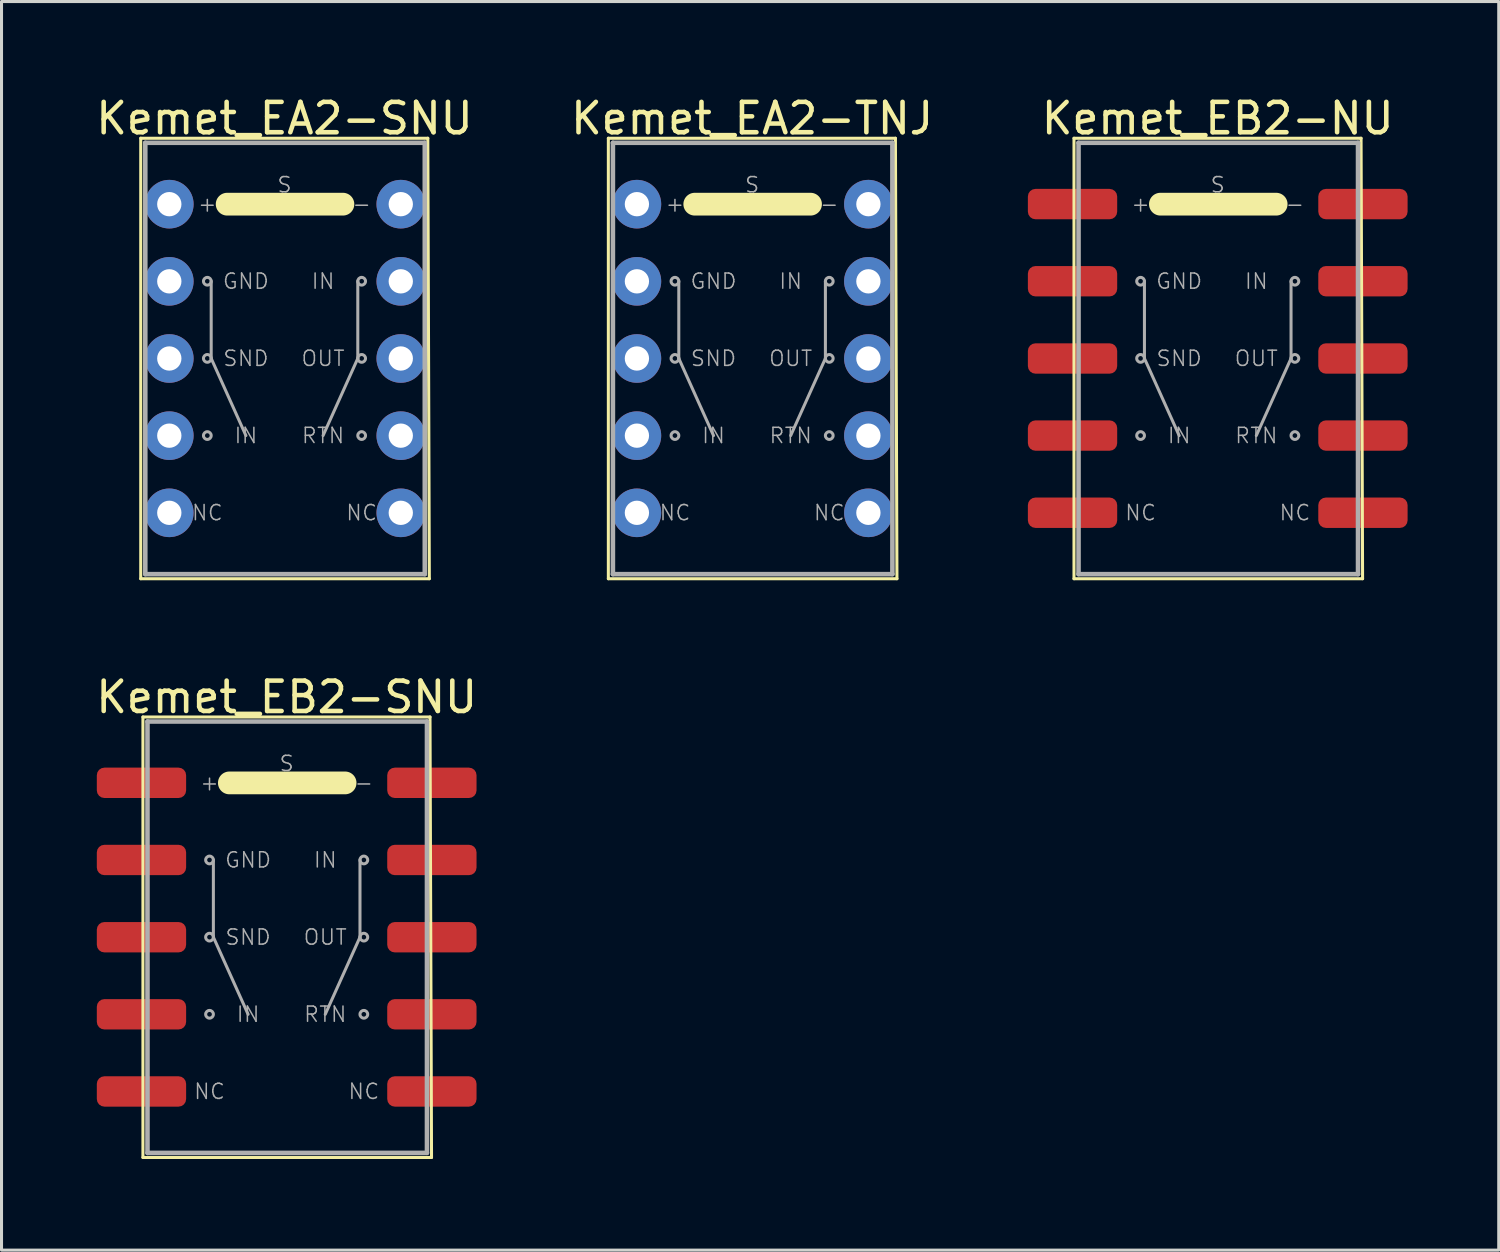
<source format=kicad_pcb>
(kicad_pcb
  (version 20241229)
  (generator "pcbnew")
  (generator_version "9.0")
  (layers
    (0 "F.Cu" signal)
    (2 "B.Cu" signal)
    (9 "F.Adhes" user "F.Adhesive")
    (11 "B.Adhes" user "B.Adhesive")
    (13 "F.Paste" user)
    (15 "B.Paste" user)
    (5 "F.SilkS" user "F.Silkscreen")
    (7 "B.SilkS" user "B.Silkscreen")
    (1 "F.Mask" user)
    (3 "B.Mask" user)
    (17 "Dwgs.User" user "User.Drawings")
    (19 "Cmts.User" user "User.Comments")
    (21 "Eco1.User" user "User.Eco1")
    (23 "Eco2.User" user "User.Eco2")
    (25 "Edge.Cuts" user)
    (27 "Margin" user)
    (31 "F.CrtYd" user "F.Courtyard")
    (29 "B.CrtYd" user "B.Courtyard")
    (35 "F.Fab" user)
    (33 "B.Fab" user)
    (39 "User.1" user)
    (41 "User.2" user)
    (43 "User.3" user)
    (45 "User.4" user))
  (footprint "Kemet_EB2-NU"
    (layer "F.Cu")
    (at 37.036 8.748)
    (property "Reference" "Kemet_EB2-NU" (at 0 -7.9 0) (layer "F.SilkS") (effects (font (size 1 1) (thickness 0.15))))
    (attr through_hole)
    (fp_line (start -4.732 -7.247) (end -4.732 7.253) (stroke (width 0.1) (type solid)) (layer "F.SilkS"))
    (fp_line (start 1.923 -5.077) (end -1.887 -5.077) (stroke (width 0.75) (type solid)) (layer "F.SilkS"))
    (fp_line (start 4.718 -7.247) (end -4.732 -7.247) (stroke (width 0.1) (type solid)) (layer "F.SilkS"))
    (fp_line (start 4.718 -7.247) (end 4.768 7.253) (stroke (width 0.1) (type solid)) (layer "F.SilkS"))
    (fp_line (start 4.768 7.253) (end -4.732 7.253) (stroke (width 0.1) (type solid)) (layer "F.SilkS"))
    (fp_line (start -4.582 -7.097) (end -4.582 7.103) (stroke (width 0.15) (type solid)) (layer "F.Fab"))
    (fp_line (start -4.582 7.103) (end 4.618 7.103) (stroke (width 0.15) (type solid)) (layer "F.Fab"))
    (fp_line (start -2.413 0) (end -2.413 -2.54) (stroke (width 0.1) (type solid)) (layer "F.Fab"))
    (fp_line (start -2.413 0) (end -1.27 2.54) (stroke (width 0.1) (type solid)) (layer "F.Fab"))
    (fp_line (start 2.413 0) (end 1.27 2.54) (stroke (width 0.1) (type solid)) (layer "F.Fab"))
    (fp_line (start 2.413 0) (end 2.413 -2.54) (stroke (width 0.1) (type solid)) (layer "F.Fab"))
    (fp_line (start 4.618 -7.097) (end -4.582 -7.097) (stroke (width 0.15) (type solid)) (layer "F.Fab"))
    (fp_line (start 4.618 7.103) (end 4.618 -7.097) (stroke (width 0.15) (type solid)) (layer "F.Fab"))
    (fp_circle (center -2.54 -2.54) (end -2.54 -2.413) (stroke (width 0.1) (type solid)) (fill no) (layer "F.Fab"))
    (fp_circle (center -2.54 0) (end -2.54 -0.127) (stroke (width 0.1) (type solid)) (fill no) (layer "F.Fab"))
    (fp_circle (center -2.54 2.54) (end -2.54 2.413) (stroke (width 0.1) (type solid)) (fill no) (layer "F.Fab"))
    (fp_circle (center 2.54 -2.54) (end 2.54 -2.667) (stroke (width 0.1) (type solid)) (fill no) (layer "F.Fab"))
    (fp_circle (center 2.54 0) (end 2.54 -0.127) (stroke (width 0.1) (type solid)) (fill no) (layer "F.Fab"))
    (fp_circle (center 2.54 2.54) (end 2.54 2.413) (stroke (width 0.1) (type solid)) (fill no) (layer "F.Fab"))
    (fp_text user "NC" (at -2.54 5.08 0) (layer "F.Fab") (effects (font (size 0.5 0.5) (thickness 0.05))))
    (fp_text user "GND" (at -1.27 -2.54 0) (layer "F.Fab") (effects (font (size 0.5 0.5) (thickness 0.05))))
    (fp_text user "RTN" (at 1.27 2.54 0) (layer "F.Fab") (effects (font (size 0.5 0.5) (thickness 0.05))))
    (fp_text user "NC" (at 2.54 5.08 0) (layer "F.Fab") (effects (font (size 0.5 0.5) (thickness 0.05))))
    (fp_text user "S" (at 0 -5.715 0) (layer "F.Fab") (effects (font (size 0.5 0.5) (thickness 0.05))))
    (fp_text user "IN" (at -1.27 2.54 0) (layer "F.Fab") (effects (font (size 0.5 0.5) (thickness 0.05))))
    (fp_text user "+" (at -2.54 -5.08 0) (layer "F.Fab") (effects (font (size 0.5 0.5) (thickness 0.05))))
    (fp_text user "-" (at 2.54 -5.08 0) (layer "F.Fab") (effects (font (size 0.5 0.5) (thickness 0.05))))
    (fp_text user "OUT" (at 1.27 0 0) (layer "F.Fab") (effects (font (size 0.5 0.5) (thickness 0.05))))
    (fp_text user "IN" (at 1.27 -2.54 0) (layer "F.Fab") (effects (font (size 0.5 0.5) (thickness 0.05))))
    (fp_text user "SND" (at -1.27 0 0) (layer "F.Fab") (effects (font (size 0.5 0.5) (thickness 0.05))))
    (pad "1" smd roundrect (at -4.78 -5.08) (size 2.94 1) (layers "F.Cu" "F.Mask" "F.Paste") (roundrect_rratio 0.25))
    (pad "2" smd roundrect (at -4.78 -2.54) (size 2.94 1) (layers "F.Cu" "F.Mask" "F.Paste") (roundrect_rratio 0.25))
    (pad "3" smd roundrect (at -4.78 0.003) (size 2.94 1) (layers "F.Cu" "F.Mask" "F.Paste") (roundrect_rratio 0.25))
    (pad "4" smd roundrect (at -4.78 2.54) (size 2.94 1) (layers "F.Cu" "F.Mask" "F.Paste") (roundrect_rratio 0.25))
    (pad "5" smd roundrect (at -4.78 5.08) (size 2.94 1) (layers "F.Cu" "F.Mask" "F.Paste") (roundrect_rratio 0.25))
    (pad "6" smd roundrect (at 4.78 5.08) (size 2.94 1) (layers "F.Cu" "F.Mask" "F.Paste") (roundrect_rratio 0.25))
    (pad "7" smd roundrect (at 4.78 2.54) (size 2.94 1) (layers "F.Cu" "F.Mask" "F.Paste") (roundrect_rratio 0.25))
    (pad "8" smd roundrect (at 4.78 0.003) (size 2.94 1) (layers "F.Cu" "F.Mask" "F.Paste") (roundrect_rratio 0.25))
    (pad "9" smd roundrect (at 4.78 -2.54) (size 2.94 1) (layers "F.Cu" "F.Mask" "F.Paste") (roundrect_rratio 0.25))
    (pad "10" smd roundrect (at 4.78 -5.08) (size 2.94 1) (layers "F.Cu" "F.Mask" "F.Paste") (roundrect_rratio 0.25)))
  (footprint "Kemet_EA2-TNJ"
    (layer "F.Cu")
    (at 21.708 8.748)
    (property "Reference" "Kemet_EA2-TNJ" (at 0 -7.9 0) (layer "F.SilkS") (effects (font (size 1 1) (thickness 0.15))))
    (attr through_hole)
    (fp_line (start -4.732 -7.247) (end -4.732 7.253) (stroke (width 0.1) (type solid)) (layer "F.SilkS"))
    (fp_line (start 1.923 -5.077) (end -1.887 -5.077) (stroke (width 0.75) (type solid)) (layer "F.SilkS"))
    (fp_line (start 4.718 -7.247) (end -4.732 -7.247) (stroke (width 0.1) (type solid)) (layer "F.SilkS"))
    (fp_line (start 4.718 -7.247) (end 4.768 7.253) (stroke (width 0.1) (type solid)) (layer "F.SilkS"))
    (fp_line (start 4.768 7.253) (end -4.732 7.253) (stroke (width 0.1) (type solid)) (layer "F.SilkS"))
    (fp_line (start -4.582 -7.097) (end -4.582 7.103) (stroke (width 0.15) (type solid)) (layer "F.Fab"))
    (fp_line (start -4.582 7.103) (end 4.618 7.103) (stroke (width 0.15) (type solid)) (layer "F.Fab"))
    (fp_line (start -2.413 0) (end -2.413 -2.54) (stroke (width 0.1) (type solid)) (layer "F.Fab"))
    (fp_line (start -2.413 0) (end -1.27 2.54) (stroke (width 0.1) (type solid)) (layer "F.Fab"))
    (fp_line (start 2.413 0) (end 1.27 2.54) (stroke (width 0.1) (type solid)) (layer "F.Fab"))
    (fp_line (start 2.413 0) (end 2.413 -2.54) (stroke (width 0.1) (type solid)) (layer "F.Fab"))
    (fp_line (start 4.618 -7.097) (end -4.582 -7.097) (stroke (width 0.15) (type solid)) (layer "F.Fab"))
    (fp_line (start 4.618 7.103) (end 4.618 -7.097) (stroke (width 0.15) (type solid)) (layer "F.Fab"))
    (fp_circle (center -2.54 -2.54) (end -2.54 -2.413) (stroke (width 0.1) (type solid)) (fill no) (layer "F.Fab"))
    (fp_circle (center -2.54 0) (end -2.54 -0.127) (stroke (width 0.1) (type solid)) (fill no) (layer "F.Fab"))
    (fp_circle (center -2.54 2.54) (end -2.54 2.413) (stroke (width 0.1) (type solid)) (fill no) (layer "F.Fab"))
    (fp_circle (center 2.54 -2.54) (end 2.54 -2.667) (stroke (width 0.1) (type solid)) (fill no) (layer "F.Fab"))
    (fp_circle (center 2.54 0) (end 2.54 -0.127) (stroke (width 0.1) (type solid)) (fill no) (layer "F.Fab"))
    (fp_circle (center 2.54 2.54) (end 2.54 2.413) (stroke (width 0.1) (type solid)) (fill no) (layer "F.Fab"))
    (fp_text user "RTN" (at 1.27 2.54 0) (layer "F.Fab") (effects (font (size 0.5 0.5) (thickness 0.05))))
    (fp_text user "NC" (at 2.54 5.08 0) (layer "F.Fab") (effects (font (size 0.5 0.5) (thickness 0.05))))
    (fp_text user "+" (at -2.54 -5.08 0) (layer "F.Fab") (effects (font (size 0.5 0.5) (thickness 0.05))))
    (fp_text user "NC" (at -2.54 5.08 0) (layer "F.Fab") (effects (font (size 0.5 0.5) (thickness 0.05))))
    (fp_text user "GND" (at -1.27 -2.54 0) (layer "F.Fab") (effects (font (size 0.5 0.5) (thickness 0.05))))
    (fp_text user "S" (at 0 -5.715 0) (layer "F.Fab") (effects (font (size 0.5 0.5) (thickness 0.05))))
    (fp_text user "-" (at 2.54 -5.08 0) (layer "F.Fab") (effects (font (size 0.5 0.5) (thickness 0.05))))
    (fp_text user "IN" (at 1.27 -2.54 0) (layer "F.Fab") (effects (font (size 0.5 0.5) (thickness 0.05))))
    (fp_text user "OUT" (at 1.27 0 0) (layer "F.Fab") (effects (font (size 0.5 0.5) (thickness 0.05))))
    (fp_text user "SND" (at -1.27 0 0) (layer "F.Fab") (effects (font (size 0.5 0.5) (thickness 0.05))))
    (fp_text user "IN" (at -1.27 2.54 0) (layer "F.Fab") (effects (font (size 0.5 0.5) (thickness 0.05))))
    (pad "1" thru_hole circle (at -3.792 -5.077) (size 1.6 1.6) (drill 0.8) (layers "*.Cu" "*.Mask"))
    (pad "2" thru_hole circle (at -3.792 -2.537) (size 1.6 1.6) (drill 0.8) (layers "*.Cu" "*.Mask"))
    (pad "3" thru_hole circle (at -3.792 0.003) (size 1.6 1.6) (drill 0.8) (layers "*.Cu" "*.Mask"))
    (pad "4" thru_hole circle (at -3.792 2.543) (size 1.6 1.6) (drill 0.8) (layers "*.Cu" "*.Mask"))
    (pad "5" thru_hole circle (at -3.792 5.083) (size 1.6 1.6) (drill 0.8) (layers "*.Cu" "*.Mask"))
    (pad "6" thru_hole circle (at 3.828 5.083) (size 1.6 1.6) (drill 0.8) (layers "*.Cu" "*.Mask"))
    (pad "7" thru_hole circle (at 3.828 2.543) (size 1.6 1.6) (drill 0.8) (layers "*.Cu" "*.Mask"))
    (pad "8" thru_hole circle (at 3.828 0.003) (size 1.6 1.6) (drill 0.8) (layers "*.Cu" "*.Mask"))
    (pad "9" thru_hole circle (at 3.828 -2.537) (size 1.6 1.6) (drill 0.8) (layers "*.Cu" "*.Mask"))
    (pad "10" thru_hole circle (at 3.828 -5.077) (size 1.6 1.6) (drill 0.8) (layers "*.Cu" "*.Mask")))
  (footprint "Kemet_EA2-SNU"
    (layer "F.Cu")
    (at 6.315 8.748)
    (property "Reference" "Kemet_EA2-SNU" (at 0 -7.9 0) (layer "F.SilkS") (effects (font (size 1 1) (thickness 0.15))))
    (attr through_hole)
    (fp_line (start -4.732 -7.247) (end -4.732 7.253) (stroke (width 0.1) (type solid)) (layer "F.SilkS"))
    (fp_line (start 1.923 -5.077) (end -1.887 -5.077) (stroke (width 0.75) (type solid)) (layer "F.SilkS"))
    (fp_line (start 4.718 -7.247) (end -4.732 -7.247) (stroke (width 0.1) (type solid)) (layer "F.SilkS"))
    (fp_line (start 4.718 -7.247) (end 4.768 7.253) (stroke (width 0.1) (type solid)) (layer "F.SilkS"))
    (fp_line (start 4.768 7.253) (end -4.732 7.253) (stroke (width 0.1) (type solid)) (layer "F.SilkS"))
    (fp_line (start -4.582 -7.097) (end -4.582 7.103) (stroke (width 0.15) (type solid)) (layer "F.Fab"))
    (fp_line (start -4.582 7.103) (end 4.618 7.103) (stroke (width 0.15) (type solid)) (layer "F.Fab"))
    (fp_line (start -2.413 0) (end -2.413 -2.54) (stroke (width 0.1) (type solid)) (layer "F.Fab"))
    (fp_line (start -2.413 0) (end -1.27 2.54) (stroke (width 0.1) (type solid)) (layer "F.Fab"))
    (fp_line (start 2.413 0) (end 1.27 2.54) (stroke (width 0.1) (type solid)) (layer "F.Fab"))
    (fp_line (start 2.413 0) (end 2.413 -2.54) (stroke (width 0.1) (type solid)) (layer "F.Fab"))
    (fp_line (start 4.618 -7.097) (end -4.582 -7.097) (stroke (width 0.15) (type solid)) (layer "F.Fab"))
    (fp_line (start 4.618 7.103) (end 4.618 -7.097) (stroke (width 0.15) (type solid)) (layer "F.Fab"))
    (fp_circle (center -2.54 -2.54) (end -2.54 -2.413) (stroke (width 0.1) (type solid)) (fill no) (layer "F.Fab"))
    (fp_circle (center -2.54 0) (end -2.54 -0.127) (stroke (width 0.1) (type solid)) (fill no) (layer "F.Fab"))
    (fp_circle (center -2.54 2.54) (end -2.54 2.413) (stroke (width 0.1) (type solid)) (fill no) (layer "F.Fab"))
    (fp_circle (center 2.54 -2.54) (end 2.54 -2.667) (stroke (width 0.1) (type solid)) (fill no) (layer "F.Fab"))
    (fp_circle (center 2.54 0) (end 2.54 -0.127) (stroke (width 0.1) (type solid)) (fill no) (layer "F.Fab"))
    (fp_circle (center 2.54 2.54) (end 2.54 2.413) (stroke (width 0.1) (type solid)) (fill no) (layer "F.Fab"))
    (fp_text user "NC" (at 2.54 5.08 0) (layer "F.Fab") (effects (font (size 0.5 0.5) (thickness 0.05))))
    (fp_text user "OUT" (at 1.27 0 0) (layer "F.Fab") (effects (font (size 0.5 0.5) (thickness 0.05))))
    (fp_text user "RTN" (at 1.27 2.54 0) (layer "F.Fab") (effects (font (size 0.5 0.5) (thickness 0.05))))
    (fp_text user "NC" (at -2.54 5.08 0) (layer "F.Fab") (effects (font (size 0.5 0.5) (thickness 0.05))))
    (fp_text user "-" (at 2.54 -5.08 0) (layer "F.Fab") (effects (font (size 0.5 0.5) (thickness 0.05))))
    (fp_text user "+" (at -2.54 -5.08 0) (layer "F.Fab") (effects (font (size 0.5 0.5) (thickness 0.05))))
    (fp_text user "GND" (at -1.27 -2.54 0) (layer "F.Fab") (effects (font (size 0.5 0.5) (thickness 0.05))))
    (fp_text user "IN" (at -1.27 2.54 0) (layer "F.Fab") (effects (font (size 0.5 0.5) (thickness 0.05))))
    (fp_text user "IN" (at 1.27 -2.54 0) (layer "F.Fab") (effects (font (size 0.5 0.5) (thickness 0.05))))
    (fp_text user "SND" (at -1.27 0 0) (layer "F.Fab") (effects (font (size 0.5 0.5) (thickness 0.05))))
    (fp_text user "S" (at 0 -5.715 0) (layer "F.Fab") (effects (font (size 0.5 0.5) (thickness 0.05))))
    (pad "1" thru_hole circle (at -3.792 -5.077) (size 1.6 1.6) (drill 0.8) (layers "*.Cu" "*.Mask"))
    (pad "2" thru_hole circle (at -3.792 -2.537) (size 1.6 1.6) (drill 0.8) (layers "*.Cu" "*.Mask"))
    (pad "3" thru_hole circle (at -3.792 0.003) (size 1.6 1.6) (drill 0.8) (layers "*.Cu" "*.Mask"))
    (pad "4" thru_hole circle (at -3.792 2.543) (size 1.6 1.6) (drill 0.8) (layers "*.Cu" "*.Mask"))
    (pad "5" thru_hole circle (at -3.792 5.083) (size 1.6 1.6) (drill 0.8) (layers "*.Cu" "*.Mask"))
    (pad "6" thru_hole circle (at 3.828 5.083) (size 1.6 1.6) (drill 0.8) (layers "*.Cu" "*.Mask"))
    (pad "7" thru_hole circle (at 3.828 2.543) (size 1.6 1.6) (drill 0.8) (layers "*.Cu" "*.Mask"))
    (pad "8" thru_hole circle (at 3.828 0.003) (size 1.6 1.6) (drill 0.8) (layers "*.Cu" "*.Mask"))
    (pad "9" thru_hole circle (at 3.828 -2.537) (size 1.6 1.6) (drill 0.8) (layers "*.Cu" "*.Mask"))
    (pad "10" thru_hole circle (at 3.828 -5.077) (size 1.6 1.6) (drill 0.8) (layers "*.Cu" "*.Mask")))
  (footprint "Kemet_EB2-SNU"
    (layer "F.Cu")
    (at 6.387 27.799)
    (property "Reference" "Kemet_EB2-SNU" (at 0 -7.9 0) (layer "F.SilkS") (effects (font (size 1 1) (thickness 0.15))))
    (attr through_hole)
    (fp_line (start -4.732 -7.247) (end -4.732 7.253) (stroke (width 0.1) (type solid)) (layer "F.SilkS"))
    (fp_line (start 1.923 -5.077) (end -1.887 -5.077) (stroke (width 0.75) (type solid)) (layer "F.SilkS"))
    (fp_line (start 4.718 -7.247) (end -4.732 -7.247) (stroke (width 0.1) (type solid)) (layer "F.SilkS"))
    (fp_line (start 4.718 -7.247) (end 4.768 7.253) (stroke (width 0.1) (type solid)) (layer "F.SilkS"))
    (fp_line (start 4.768 7.253) (end -4.732 7.253) (stroke (width 0.1) (type solid)) (layer "F.SilkS"))
    (fp_line (start -4.582 -7.097) (end -4.582 7.103) (stroke (width 0.15) (type solid)) (layer "F.Fab"))
    (fp_line (start -4.582 7.103) (end 4.618 7.103) (stroke (width 0.15) (type solid)) (layer "F.Fab"))
    (fp_line (start -2.413 0) (end -2.413 -2.54) (stroke (width 0.1) (type solid)) (layer "F.Fab"))
    (fp_line (start -2.413 0) (end -1.27 2.54) (stroke (width 0.1) (type solid)) (layer "F.Fab"))
    (fp_line (start 2.413 0) (end 1.27 2.54) (stroke (width 0.1) (type solid)) (layer "F.Fab"))
    (fp_line (start 2.413 0) (end 2.413 -2.54) (stroke (width 0.1) (type solid)) (layer "F.Fab"))
    (fp_line (start 4.618 -7.097) (end -4.582 -7.097) (stroke (width 0.15) (type solid)) (layer "F.Fab"))
    (fp_line (start 4.618 7.103) (end 4.618 -7.097) (stroke (width 0.15) (type solid)) (layer "F.Fab"))
    (fp_circle (center -2.54 -2.54) (end -2.54 -2.413) (stroke (width 0.1) (type solid)) (fill no) (layer "F.Fab"))
    (fp_circle (center -2.54 0) (end -2.54 -0.127) (stroke (width 0.1) (type solid)) (fill no) (layer "F.Fab"))
    (fp_circle (center -2.54 2.54) (end -2.54 2.413) (stroke (width 0.1) (type solid)) (fill no) (layer "F.Fab"))
    (fp_circle (center 2.54 -2.54) (end 2.54 -2.667) (stroke (width 0.1) (type solid)) (fill no) (layer "F.Fab"))
    (fp_circle (center 2.54 0) (end 2.54 -0.127) (stroke (width 0.1) (type solid)) (fill no) (layer "F.Fab"))
    (fp_circle (center 2.54 2.54) (end 2.54 2.413) (stroke (width 0.1) (type solid)) (fill no) (layer "F.Fab"))
    (fp_text user "-" (at 2.54 -5.08 0) (layer "F.Fab") (effects (font (size 0.5 0.5) (thickness 0.05))))
    (fp_text user "IN" (at -1.27 2.54 0) (layer "F.Fab") (effects (font (size 0.5 0.5) (thickness 0.05))))
    (fp_text user "S" (at 0 -5.715 0) (layer "F.Fab") (effects (font (size 0.5 0.5) (thickness 0.05))))
    (fp_text user "GND" (at -1.27 -2.54 0) (layer "F.Fab") (effects (font (size 0.5 0.5) (thickness 0.05))))
    (fp_text user "NC" (at -2.54 5.08 0) (layer "F.Fab") (effects (font (size 0.5 0.5) (thickness 0.05))))
    (fp_text user "OUT" (at 1.27 0 0) (layer "F.Fab") (effects (font (size 0.5 0.5) (thickness 0.05))))
    (fp_text user "RTN" (at 1.27 2.54 0) (layer "F.Fab") (effects (font (size 0.5 0.5) (thickness 0.05))))
    (fp_text user "+" (at -2.54 -5.08 0) (layer "F.Fab") (effects (font (size 0.5 0.5) (thickness 0.05))))
    (fp_text user "SND" (at -1.27 0 0) (layer "F.Fab") (effects (font (size 0.5 0.5) (thickness 0.05))))
    (fp_text user "IN" (at 1.27 -2.54 0) (layer "F.Fab") (effects (font (size 0.5 0.5) (thickness 0.05))))
    (fp_text user "NC" (at 2.54 5.08 0) (layer "F.Fab") (effects (font (size 0.5 0.5) (thickness 0.05))))
    (pad "1" smd roundrect (at -4.78 -5.08) (size 2.94 1) (layers "F.Cu" "F.Mask" "F.Paste") (roundrect_rratio 0.25))
    (pad "2" smd roundrect (at -4.78 -2.54) (size 2.94 1) (layers "F.Cu" "F.Mask" "F.Paste") (roundrect_rratio 0.25))
    (pad "3" smd roundrect (at -4.78 0.003) (size 2.94 1) (layers "F.Cu" "F.Mask" "F.Paste") (roundrect_rratio 0.25))
    (pad "4" smd roundrect (at -4.78 2.54) (size 2.94 1) (layers "F.Cu" "F.Mask" "F.Paste") (roundrect_rratio 0.25))
    (pad "5" smd roundrect (at -4.78 5.08) (size 2.94 1) (layers "F.Cu" "F.Mask" "F.Paste") (roundrect_rratio 0.25))
    (pad "6" smd roundrect (at 4.78 5.08) (size 2.94 1) (layers "F.Cu" "F.Mask" "F.Paste") (roundrect_rratio 0.25))
    (pad "7" smd roundrect (at 4.78 2.54) (size 2.94 1) (layers "F.Cu" "F.Mask" "F.Paste") (roundrect_rratio 0.25))
    (pad "8" smd roundrect (at 4.78 0.003) (size 2.94 1) (layers "F.Cu" "F.Mask" "F.Paste") (roundrect_rratio 0.25))
    (pad "9" smd roundrect (at 4.78 -2.54) (size 2.94 1) (layers "F.Cu" "F.Mask" "F.Paste") (roundrect_rratio 0.25))
    (pad "10" smd roundrect (at 4.78 -5.08) (size 2.94 1) (layers "F.Cu" "F.Mask" "F.Paste") (roundrect_rratio 0.25)))
  (gr_rect
    (start -3 -3)
    (end 46.286 38.102)
    (stroke (width 0.1) (type default))
    (fill no)
    (layer "Edge.Cuts")))
</source>
